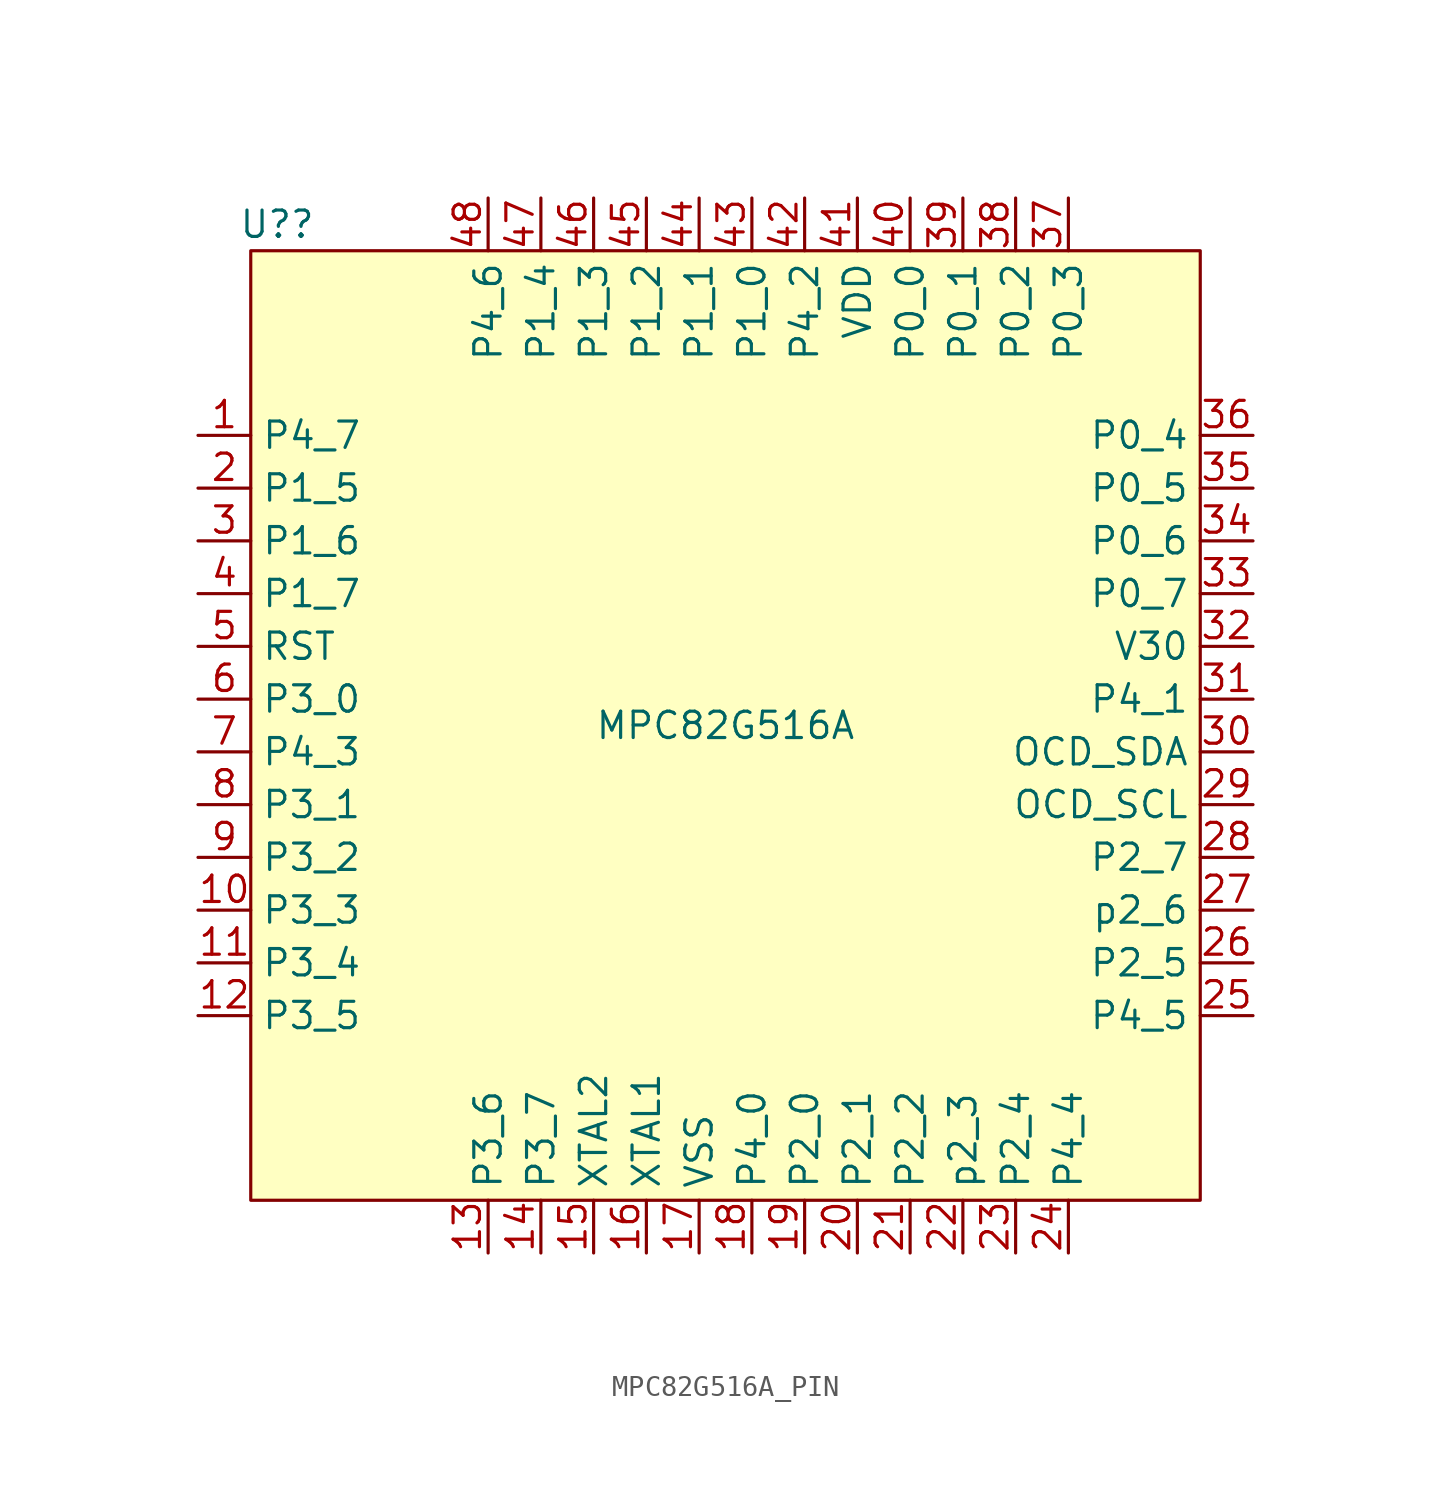
<source format=kicad_sym>
(kicad_symbol_lib
  (version 20220914)
  (generator kicad_symbol_editor)
  (symbol "MPC82G516A_PIN"
    (property "Reference" "U?"
      (at -21.59 24.13 0)
      (effects (font (size 1.27 1.27))))
    (property "Value" "MPC82G516A"
      (at 0 0 0)
      (effects (font (size 1.27 1.27))))
    (symbol "MPC82G516A_PIN_0_0"
      (pin bidirectional line (at -25.4 13.97 0) (length 2.54) (name "P4_7" (effects (font (size 1.27 1.27)))) (number "1" (effects (font (size 1.27 1.27)))))
      (pin bidirectional line (at -8.89 -25.4 90) (length 2.54) (name "P3_7" (effects (font (size 1.27 1.27)))) (number "14" (effects (font (size 1.27 1.27)))) (alternate "~{RD}" bidirectional line))
      (pin input line (at -6.35 -25.4 90) (length 2.54) (name "XTAL2" (effects (font (size 1.27 1.27)))) (number "15" (effects (font (size 1.27 1.27)))))
      (pin input line (at -3.81 -25.4 90) (length 2.54) (name "XTAL1" (effects (font (size 1.27 1.27)))) (number "16" (effects (font (size 1.27 1.27)))))
      (pin power_in line (at -1.27 -25.4 90) (length 2.54) (name "VSS" (effects (font (size 1.27 1.27)))) (number "17" (effects (font (size 1.27 1.27)))))
      (pin bidirectional line (at 1.27 -25.4 90) (length 2.54) (name "P4_0" (effects (font (size 1.27 1.27)))) (number "18" (effects (font (size 1.27 1.27)))))
      (pin bidirectional line (at 3.81 -25.4 90) (length 2.54) (name "P2_0" (effects (font (size 1.27 1.27)))) (number "19" (effects (font (size 1.27 1.27)))) (alternate "A8" bidirectional line) (alternate "KBI0" bidirectional line))
      (pin bidirectional line (at -25.4 11.43 0) (length 2.54) (name "P1_5" (effects (font (size 1.27 1.27)))) (number "2" (effects (font (size 1.27 1.27)))) (alternate "AIN5" bidirectional line) (alternate "CEX3" bidirectional line) (alternate "MOSI" bidirectional line))
      (pin bidirectional line (at 6.35 -25.4 90) (length 2.54) (name "P2_1" (effects (font (size 1.27 1.27)))) (number "20" (effects (font (size 1.27 1.27)))) (alternate "A9" bidirectional line) (alternate "KBI1" bidirectional line))
      (pin bidirectional line (at 8.89 -25.4 90) (length 2.54) (name "P2_2" (effects (font (size 1.27 1.27)))) (number "21" (effects (font (size 1.27 1.27)))) (alternate "A10" bidirectional line) (alternate "KBI2" bidirectional line))
      (pin bidirectional line (at 11.43 -25.4 90) (length 2.54) (name "p2_3" (effects (font (size 1.27 1.27)))) (number "22" (effects (font (size 1.27 1.27)))) (alternate "A11" bidirectional line) (alternate "KBI3" bidirectional line))
      (pin bidirectional line (at 13.97 -25.4 90) (length 2.54) (name "P2_4" (effects (font (size 1.27 1.27)))) (number "23" (effects (font (size 1.27 1.27)))) (alternate "A12" bidirectional line) (alternate "KBI4" bidirectional line))
      (pin bidirectional line (at 16.51 -25.4 90) (length 2.54) (name "P4_4" (effects (font (size 1.27 1.27)))) (number "24" (effects (font (size 1.27 1.27)))))
      (pin bidirectional line (at 25.4 -13.97 180) (length 2.54) (name "P4_5" (effects (font (size 1.27 1.27)))) (number "25" (effects (font (size 1.27 1.27)))))
      (pin bidirectional line (at 25.4 -11.43 180) (length 2.54) (name "P2_5" (effects (font (size 1.27 1.27)))) (number "26" (effects (font (size 1.27 1.27)))) (alternate "A13" bidirectional line) (alternate "KBI5" bidirectional line))
      (pin bidirectional line (at 25.4 -8.89 180) (length 2.54) (name "p2_6" (effects (font (size 1.27 1.27)))) (number "27" (effects (font (size 1.27 1.27)))) (alternate "A14" bidirectional line) (alternate "KBI6" bidirectional line))
      (pin bidirectional line (at 25.4 -6.35 180) (length 2.54) (name "P2_7" (effects (font (size 1.27 1.27)))) (number "28" (effects (font (size 1.27 1.27)))) (alternate "A15" bidirectional line) (alternate "KBI7" bidirectional line))
      (pin bidirectional line (at 25.4 -3.81 180) (length 2.54) (name "OCD_SCL" (effects (font (size 1.27 1.27)))) (number "29" (effects (font (size 1.27 1.27)))))
      (pin bidirectional line (at -25.4 8.89 0) (length 2.54) (name "P1_6" (effects (font (size 1.27 1.27)))) (number "3" (effects (font (size 1.27 1.27)))) (alternate "AIN6" bidirectional line) (alternate "CEX4" bidirectional line) (alternate "MISO" bidirectional line))
      (pin bidirectional line (at 25.4 -1.27 180) (length 2.54) (name "OCD_SDA" (effects (font (size 1.27 1.27)))) (number "30" (effects (font (size 1.27 1.27)))))
      (pin bidirectional line (at 25.4 1.27 180) (length 2.54) (name "P4_1" (effects (font (size 1.27 1.27)))) (number "31" (effects (font (size 1.27 1.27)))) (alternate "ALE" bidirectional line))
      (pin power_in line (at 25.4 3.81 180) (length 2.54) (name "V30" (effects (font (size 1.27 1.27)))) (number "32" (effects (font (size 1.27 1.27)))))
      (pin bidirectional line (at 25.4 6.35 180) (length 2.54) (name "P0_7" (effects (font (size 1.27 1.27)))) (number "33" (effects (font (size 1.27 1.27)))) (alternate "AD7" bidirectional line))
      (pin bidirectional line (at 25.4 8.89 180) (length 2.54) (name "P0_6" (effects (font (size 1.27 1.27)))) (number "34" (effects (font (size 1.27 1.27)))) (alternate "AD6" bidirectional line))
      (pin bidirectional line (at 25.4 11.43 180) (length 2.54) (name "P0_5" (effects (font (size 1.27 1.27)))) (number "35" (effects (font (size 1.27 1.27)))) (alternate "AD5" bidirectional line))
      (pin bidirectional line (at 25.4 13.97 180) (length 2.54) (name "P0_4" (effects (font (size 1.27 1.27)))) (number "36" (effects (font (size 1.27 1.27)))) (alternate "AD4" bidirectional line))
      (pin bidirectional line (at 16.51 25.4 270) (length 2.54) (name "P0_3" (effects (font (size 1.27 1.27)))) (number "37" (effects (font (size 1.27 1.27)))) (alternate "AD3" bidirectional line))
      (pin bidirectional line (at 13.97 25.4 270) (length 2.54) (name "P0_2" (effects (font (size 1.27 1.27)))) (number "38" (effects (font (size 1.27 1.27)))) (alternate "AD2" bidirectional line))
      (pin bidirectional line (at 11.43 25.4 270) (length 2.54) (name "P0_1" (effects (font (size 1.27 1.27)))) (number "39" (effects (font (size 1.27 1.27)))) (alternate "AD1" bidirectional line))
      (pin bidirectional line (at -25.4 6.35 0) (length 2.54) (name "P1_7" (effects (font (size 1.27 1.27)))) (number "4" (effects (font (size 1.27 1.27)))) (alternate "AIN7" bidirectional line) (alternate "CEX5" bidirectional line) (alternate "SPICLK" bidirectional line))
      (pin bidirectional line (at 8.89 25.4 270) (length 2.54) (name "P0_0" (effects (font (size 1.27 1.27)))) (number "40" (effects (font (size 1.27 1.27)))) (alternate "AD0" bidirectional line))
      (pin power_in line (at 6.35 25.4 270) (length 2.54) (name "VDD" (effects (font (size 1.27 1.27)))) (number "41" (effects (font (size 1.27 1.27)))))
      (pin bidirectional line (at 3.81 25.4 270) (length 2.54) (name "P4_2" (effects (font (size 1.27 1.27)))) (number "42" (effects (font (size 1.27 1.27)))) (alternate "~{INT3}" bidirectional line))
      (pin bidirectional line (at -1.27 25.4 270) (length 2.54) (name "P1_1" (effects (font (size 1.27 1.27)))) (number "44" (effects (font (size 1.27 1.27)))) (alternate "AIN1" bidirectional line) (alternate "ECI" bidirectional line) (alternate "T2EX" bidirectional line))
      (pin bidirectional line (at -3.81 25.4 270) (length 2.54) (name "P1_2" (effects (font (size 1.27 1.27)))) (number "45" (effects (font (size 1.27 1.27)))) (alternate "AIN2" bidirectional line) (alternate "CEX0" bidirectional line) (alternate "S2RXD" bidirectional line))
      (pin bidirectional line (at -6.35 25.4 270) (length 2.54) (name "P1_3" (effects (font (size 1.27 1.27)))) (number "46" (effects (font (size 1.27 1.27)))) (alternate "AIN3" bidirectional line) (alternate "CEX1" bidirectional line) (alternate "S2TXD" bidirectional line))
      (pin bidirectional line (at -8.89 25.4 270) (length 2.54) (name "P1_4" (effects (font (size 1.27 1.27)))) (number "47" (effects (font (size 1.27 1.27)))) (alternate "AIN4" bidirectional line) (alternate "CEX2" bidirectional line) (alternate "~{SS}" bidirectional line))
      (pin bidirectional line (at -11.43 25.4 270) (length 2.54) (name "P4_6" (effects (font (size 1.27 1.27)))) (number "48" (effects (font (size 1.27 1.27)))))
      (pin input line (at -25.4 3.81 0) (length 2.54) (name "RST" (effects (font (size 1.27 1.27)))) (number "5" (effects (font (size 1.27 1.27)))))
      (pin bidirectional line (at -25.4 1.27 0) (length 2.54) (name "P3_0" (effects (font (size 1.27 1.27)))) (number "6" (effects (font (size 1.27 1.27)))) (alternate "RXD" bidirectional line))
      (pin bidirectional line (at -25.4 -1.27 0) (length 2.54) (name "P4_3" (effects (font (size 1.27 1.27)))) (number "7" (effects (font (size 1.27 1.27)))) (alternate "~{INT2}" bidirectional line))
      (pin bidirectional line (at -25.4 -3.81 0) (length 2.54) (name "P3_1" (effects (font (size 1.27 1.27)))) (number "8" (effects (font (size 1.27 1.27)))) (alternate "TXD" bidirectional line)))
    (symbol "MPC82G516A_PIN_1_0"
      (pin bidirectional line (at -25.4 -8.89 0) (length 2.54) (name "P3_3" (effects (font (size 1.27 1.27)))) (number "10" (effects (font (size 1.27 1.27)))) (alternate "~{INT1}" bidirectional line))
      (pin bidirectional line (at -25.4 -11.43 0) (length 2.54) (name "P3_4" (effects (font (size 1.27 1.27)))) (number "11" (effects (font (size 1.27 1.27)))) (alternate "T0" bidirectional line) (alternate "T0CKO" bidirectional line))
      (pin bidirectional line (at -25.4 -13.97 0) (length 2.54) (name "P3_5" (effects (font (size 1.27 1.27)))) (number "12" (effects (font (size 1.27 1.27)))) (alternate "ALE" bidirectional line) (alternate "S2CKO" bidirectional line) (alternate "T1" bidirectional line))
      (pin bidirectional line (at -11.43 -25.4 90) (length 2.54) (name "P3_6" (effects (font (size 1.27 1.27)))) (number "13" (effects (font (size 1.27 1.27)))) (alternate "~{WR}" bidirectional line))
      (pin bidirectional line (at 1.27 25.4 270) (length 2.54) (name "P1_0" (effects (font (size 1.27 1.27)))) (number "43" (effects (font (size 1.27 1.27)))) (alternate "AIN0" bidirectional line) (alternate "T2" bidirectional line) (alternate "T2CKO" bidirectional line))
      (pin bidirectional line (at -25.4 -6.35 0) (length 2.54) (name "P3_2" (effects (font (size 1.27 1.27)))) (number "9" (effects (font (size 1.27 1.27)))) (alternate "~{INT0}" bidirectional line)))
    (symbol "MPC82G516A_PIN_1_1"
      (rectangle (start -22.86 22.86) (end 22.86 -22.86) (stroke (width 0) (type default)) (fill (type background))))))
</source>
